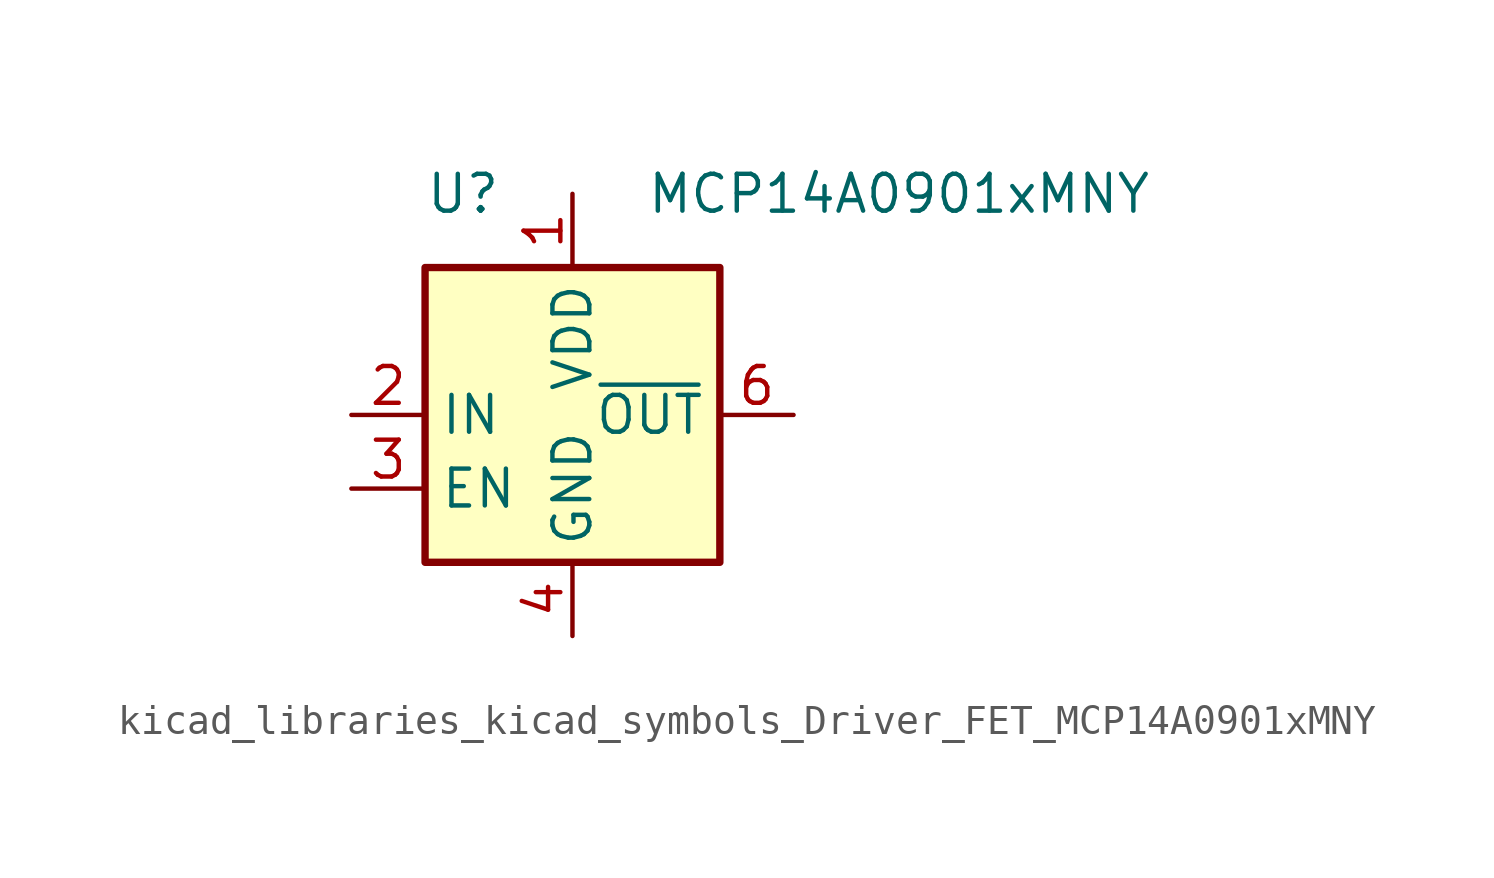
<source format=kicad_sym>
(kicad_symbol_lib
  (version 20220914)
  (generator kicad_symbol_editor)
  (symbol "kicad_libraries_kicad_symbols_Driver_FET_MCP14A0901xMNY"
    (property "Reference" "U"
      (at -5.08 7.62 0)
      (effects (font (size 1.27 1.27)) (justify left)))
    (property "Value" "MCP14A0901xMNY"
      (at 2.54 7.62 0)
      (effects (font (size 1.27 1.27)) (justify left)))
    (symbol "kicad_libraries_kicad_symbols_Driver_FET_MCP14A0901xMNY_0_1"
      (rectangle (start -5.08 -5.08) (end 5.08 5.08) (stroke (width 0.254) (type default)) (fill (type background))))
    (symbol "kicad_libraries_kicad_symbols_Driver_FET_MCP14A0901xMNY_1_1"
      (pin power_in line (at 0 7.62 270) (length 2.54) (name "VDD" (effects (font (size 1.27 1.27)))) (number "1" (effects (font (size 1.27 1.27)))))
      (pin input line (at -7.62 0 0) (length 2.54) (name "IN" (effects (font (size 1.27 1.27)))) (number "2" (effects (font (size 1.27 1.27)))))
      (pin input line (at -7.62 -2.54 0) (length 2.54) (name "EN" (effects (font (size 1.27 1.27)))) (number "3" (effects (font (size 1.27 1.27)))))
      (pin power_in line (at 0 -7.62 90) (length 2.54) (name "GND" (effects (font (size 1.27 1.27)))) (number "4" (effects (font (size 1.27 1.27)))))
      (pin passive line (at 0 -7.62 90) (length 2.54) hide (name "GND" (effects (font (size 1.27 1.27)))) (number "5" (effects (font (size 1.27 1.27)))))
      (pin output line (at 7.62 0 180) (length 2.54) (name "~{OUT}" (effects (font (size 1.27 1.27)))) (number "6" (effects (font (size 1.27 1.27)))))
      (pin passive line (at 7.62 0 180) (length 2.54) hide (name "~{OUT}" (effects (font (size 1.27 1.27)))) (number "7" (effects (font (size 1.27 1.27)))))
      (pin passive line (at 0 7.62 270) (length 2.54) hide (name "VDD" (effects (font (size 1.27 1.27)))) (number "8" (effects (font (size 1.27 1.27)))))
      (pin passive line (at 0 -7.62 90) (length 2.54) hide (name "GND" (effects (font (size 1.27 1.27)))) (number "9" (effects (font (size 1.27 1.27))))))))
</source>
